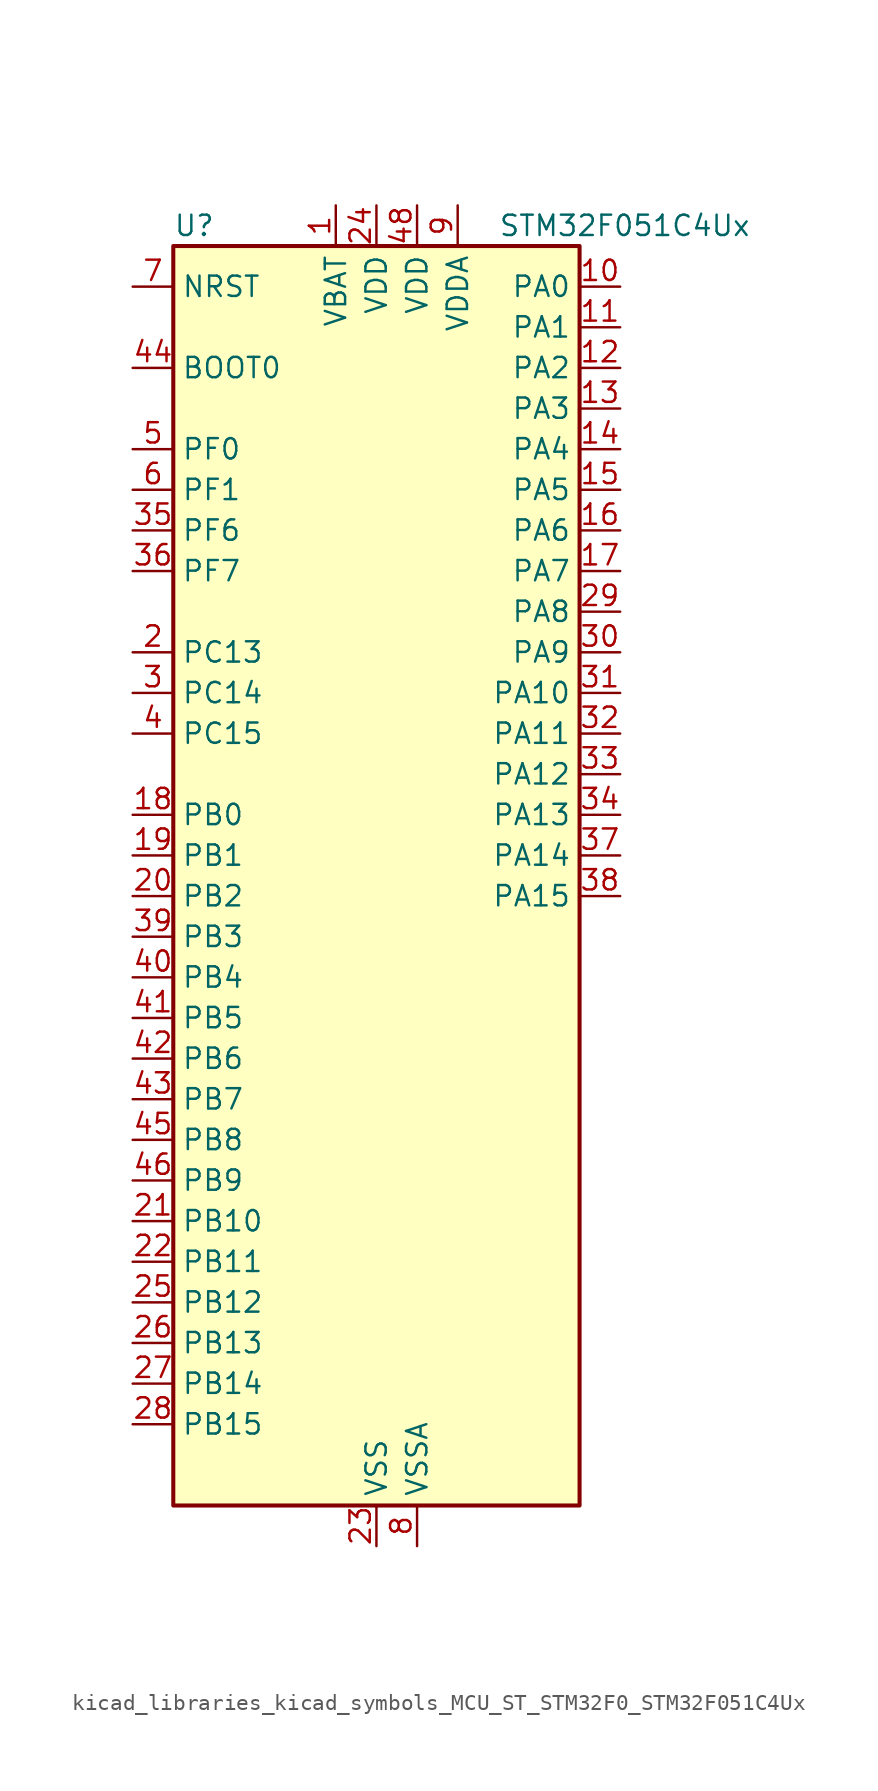
<source format=kicad_sym>
(kicad_symbol_lib
  (version 20220914)
  (generator kicad_symbol_editor)
  (symbol "kicad_libraries_kicad_symbols_MCU_ST_STM32F0_STM32F051C4Ux"
    (property "Reference" "U"
      (at -12.7 41.91 0)
      (effects (font (size 1.27 1.27)) (justify left)))
    (property "Value" "STM32F051C4Ux"
      (at 7.62 41.91 0)
      (effects (font (size 1.27 1.27)) (justify left)))
    (property "ki_locked" ""
      (at 0 0 0)
      (effects (font (size 1.27 1.27))))
    (symbol "kicad_libraries_kicad_symbols_MCU_ST_STM32F0_STM32F051C4Ux_0_1"
      (rectangle (start -12.7 -38.1) (end 12.7 40.64) (stroke (width 0.254) (type default)) (fill (type background))))
    (symbol "kicad_libraries_kicad_symbols_MCU_ST_STM32F0_STM32F051C4Ux_1_1"
      (pin power_in line (at -2.54 43.18 270) (length 2.54) (name "VBAT" (effects (font (size 1.27 1.27)))) (number "1" (effects (font (size 1.27 1.27)))))
      (pin bidirectional line (at 15.24 38.1 180) (length 2.54) (name "PA0" (effects (font (size 1.27 1.27)))) (number "10" (effects (font (size 1.27 1.27)))) (alternate "ADC_IN0" bidirectional line) (alternate "COMP1_INM" bidirectional line) (alternate "COMP1_OUT" bidirectional line) (alternate "RTC_TAMP2" bidirectional line) (alternate "SYS_WKUP1" bidirectional line) (alternate "TIM2_CH1" bidirectional line) (alternate "TIM2_ETR" bidirectional line) (alternate "TSC_G1_IO1" bidirectional line))
      (pin bidirectional line (at 15.24 35.56 180) (length 2.54) (name "PA1" (effects (font (size 1.27 1.27)))) (number "11" (effects (font (size 1.27 1.27)))) (alternate "ADC_IN1" bidirectional line) (alternate "COMP1_INP" bidirectional line) (alternate "TIM2_CH2" bidirectional line) (alternate "TSC_G1_IO2" bidirectional line))
      (pin bidirectional line (at 15.24 33.02 180) (length 2.54) (name "PA2" (effects (font (size 1.27 1.27)))) (number "12" (effects (font (size 1.27 1.27)))) (alternate "ADC_IN2" bidirectional line) (alternate "COMP2_INM" bidirectional line) (alternate "COMP2_OUT" bidirectional line) (alternate "TIM15_CH1" bidirectional line) (alternate "TIM2_CH3" bidirectional line) (alternate "TSC_G1_IO3" bidirectional line))
      (pin bidirectional line (at 15.24 30.48 180) (length 2.54) (name "PA3" (effects (font (size 1.27 1.27)))) (number "13" (effects (font (size 1.27 1.27)))) (alternate "ADC_IN3" bidirectional line) (alternate "COMP2_INP" bidirectional line) (alternate "TIM15_CH2" bidirectional line) (alternate "TIM2_CH4" bidirectional line) (alternate "TSC_G1_IO4" bidirectional line))
      (pin bidirectional line (at 15.24 27.94 180) (length 2.54) (name "PA4" (effects (font (size 1.27 1.27)))) (number "14" (effects (font (size 1.27 1.27)))) (alternate "ADC_IN4" bidirectional line) (alternate "COMP1_INM" bidirectional line) (alternate "COMP2_INM" bidirectional line) (alternate "DAC1_OUT1" bidirectional line) (alternate "I2S1_WS" bidirectional line) (alternate "SPI1_NSS" bidirectional line) (alternate "TIM14_CH1" bidirectional line) (alternate "TSC_G2_IO1" bidirectional line))
      (pin bidirectional line (at 15.24 25.4 180) (length 2.54) (name "PA5" (effects (font (size 1.27 1.27)))) (number "15" (effects (font (size 1.27 1.27)))) (alternate "ADC_IN5" bidirectional line) (alternate "CEC" bidirectional line) (alternate "COMP1_INM" bidirectional line) (alternate "COMP2_INM" bidirectional line) (alternate "I2S1_CK" bidirectional line) (alternate "SPI1_SCK" bidirectional line) (alternate "TIM2_CH1" bidirectional line) (alternate "TIM2_ETR" bidirectional line) (alternate "TSC_G2_IO2" bidirectional line))
      (pin bidirectional line (at 15.24 22.86 180) (length 2.54) (name "PA6" (effects (font (size 1.27 1.27)))) (number "16" (effects (font (size 1.27 1.27)))) (alternate "ADC_IN6" bidirectional line) (alternate "COMP1_OUT" bidirectional line) (alternate "I2S1_MCK" bidirectional line) (alternate "SPI1_MISO" bidirectional line) (alternate "TIM16_CH1" bidirectional line) (alternate "TIM1_BKIN" bidirectional line) (alternate "TIM3_CH1" bidirectional line) (alternate "TSC_G2_IO3" bidirectional line))
      (pin bidirectional line (at 15.24 20.32 180) (length 2.54) (name "PA7" (effects (font (size 1.27 1.27)))) (number "17" (effects (font (size 1.27 1.27)))) (alternate "ADC_IN7" bidirectional line) (alternate "COMP2_OUT" bidirectional line) (alternate "I2S1_SD" bidirectional line) (alternate "SPI1_MOSI" bidirectional line) (alternate "TIM14_CH1" bidirectional line) (alternate "TIM17_CH1" bidirectional line) (alternate "TIM1_CH1N" bidirectional line) (alternate "TIM3_CH2" bidirectional line) (alternate "TSC_G2_IO4" bidirectional line))
      (pin bidirectional line (at -15.24 5.08 0) (length 2.54) (name "PB0" (effects (font (size 1.27 1.27)))) (number "18" (effects (font (size 1.27 1.27)))) (alternate "ADC_IN8" bidirectional line) (alternate "TIM1_CH2N" bidirectional line) (alternate "TIM3_CH3" bidirectional line) (alternate "TSC_G3_IO2" bidirectional line))
      (pin bidirectional line (at -15.24 2.54 0) (length 2.54) (name "PB1" (effects (font (size 1.27 1.27)))) (number "19" (effects (font (size 1.27 1.27)))) (alternate "ADC_IN9" bidirectional line) (alternate "TIM14_CH1" bidirectional line) (alternate "TIM1_CH3N" bidirectional line) (alternate "TIM3_CH4" bidirectional line) (alternate "TSC_G3_IO3" bidirectional line))
      (pin bidirectional line (at -15.24 15.24 0) (length 2.54) (name "PC13" (effects (font (size 1.27 1.27)))) (number "2" (effects (font (size 1.27 1.27)))) (alternate "RTC_OUT_ALARM" bidirectional line) (alternate "RTC_OUT_CALIB" bidirectional line) (alternate "RTC_TAMP1" bidirectional line) (alternate "RTC_TS" bidirectional line) (alternate "SYS_WKUP2" bidirectional line))
      (pin bidirectional line (at -15.24 0 0) (length 2.54) (name "PB2" (effects (font (size 1.27 1.27)))) (number "20" (effects (font (size 1.27 1.27)))) (alternate "TSC_G3_IO4" bidirectional line))
      (pin bidirectional line (at -15.24 -20.32 0) (length 2.54) (name "PB10" (effects (font (size 1.27 1.27)))) (number "21" (effects (font (size 1.27 1.27)))) (alternate "CEC" bidirectional line) (alternate "TIM2_CH3" bidirectional line) (alternate "TSC_SYNC" bidirectional line))
      (pin bidirectional line (at -15.24 -22.86 0) (length 2.54) (name "PB11" (effects (font (size 1.27 1.27)))) (number "22" (effects (font (size 1.27 1.27)))) (alternate "TIM2_CH4" bidirectional line) (alternate "TSC_G6_IO1" bidirectional line))
      (pin power_in line (at 0 -40.64 90) (length 2.54) (name "VSS" (effects (font (size 1.27 1.27)))) (number "23" (effects (font (size 1.27 1.27)))))
      (pin power_in line (at 0 43.18 270) (length 2.54) (name "VDD" (effects (font (size 1.27 1.27)))) (number "24" (effects (font (size 1.27 1.27)))))
      (pin bidirectional line (at -15.24 -25.4 0) (length 2.54) (name "PB12" (effects (font (size 1.27 1.27)))) (number "25" (effects (font (size 1.27 1.27)))) (alternate "TIM1_BKIN" bidirectional line) (alternate "TSC_G6_IO2" bidirectional line))
      (pin bidirectional line (at -15.24 -27.94 0) (length 2.54) (name "PB13" (effects (font (size 1.27 1.27)))) (number "26" (effects (font (size 1.27 1.27)))) (alternate "TIM1_CH1N" bidirectional line) (alternate "TSC_G6_IO3" bidirectional line))
      (pin bidirectional line (at -15.24 -30.48 0) (length 2.54) (name "PB14" (effects (font (size 1.27 1.27)))) (number "27" (effects (font (size 1.27 1.27)))) (alternate "TIM15_CH1" bidirectional line) (alternate "TIM1_CH2N" bidirectional line) (alternate "TSC_G6_IO4" bidirectional line))
      (pin bidirectional line (at -15.24 -33.02 0) (length 2.54) (name "PB15" (effects (font (size 1.27 1.27)))) (number "28" (effects (font (size 1.27 1.27)))) (alternate "RTC_REFIN" bidirectional line) (alternate "TIM15_CH1N" bidirectional line) (alternate "TIM15_CH2" bidirectional line) (alternate "TIM1_CH3N" bidirectional line))
      (pin bidirectional line (at 15.24 17.78 180) (length 2.54) (name "PA8" (effects (font (size 1.27 1.27)))) (number "29" (effects (font (size 1.27 1.27)))) (alternate "RCC_MCO" bidirectional line) (alternate "TIM1_CH1" bidirectional line) (alternate "USART1_CK" bidirectional line))
      (pin bidirectional line (at -15.24 12.7 0) (length 2.54) (name "PC14" (effects (font (size 1.27 1.27)))) (number "3" (effects (font (size 1.27 1.27)))) (alternate "RCC_OSC32_IN" bidirectional line))
      (pin bidirectional line (at 15.24 15.24 180) (length 2.54) (name "PA9" (effects (font (size 1.27 1.27)))) (number "30" (effects (font (size 1.27 1.27)))) (alternate "DAC1_EXTI9" bidirectional line) (alternate "TIM15_BKIN" bidirectional line) (alternate "TIM1_CH2" bidirectional line) (alternate "TSC_G4_IO1" bidirectional line) (alternate "USART1_TX" bidirectional line))
      (pin bidirectional line (at 15.24 12.7 180) (length 2.54) (name "PA10" (effects (font (size 1.27 1.27)))) (number "31" (effects (font (size 1.27 1.27)))) (alternate "TIM17_BKIN" bidirectional line) (alternate "TIM1_CH3" bidirectional line) (alternate "TSC_G4_IO2" bidirectional line) (alternate "USART1_RX" bidirectional line))
      (pin bidirectional line (at 15.24 10.16 180) (length 2.54) (name "PA11" (effects (font (size 1.27 1.27)))) (number "32" (effects (font (size 1.27 1.27)))) (alternate "COMP1_OUT" bidirectional line) (alternate "TIM1_CH4" bidirectional line) (alternate "TSC_G4_IO3" bidirectional line) (alternate "USART1_CTS" bidirectional line))
      (pin bidirectional line (at 15.24 7.62 180) (length 2.54) (name "PA12" (effects (font (size 1.27 1.27)))) (number "33" (effects (font (size 1.27 1.27)))) (alternate "COMP2_OUT" bidirectional line) (alternate "TIM1_ETR" bidirectional line) (alternate "TSC_G4_IO4" bidirectional line) (alternate "USART1_DE" bidirectional line) (alternate "USART1_RTS" bidirectional line))
      (pin bidirectional line (at 15.24 5.08 180) (length 2.54) (name "PA13" (effects (font (size 1.27 1.27)))) (number "34" (effects (font (size 1.27 1.27)))) (alternate "IR_OUT" bidirectional line) (alternate "SYS_SWDIO" bidirectional line))
      (pin bidirectional line (at -15.24 22.86 0) (length 2.54) (name "PF6" (effects (font (size 1.27 1.27)))) (number "35" (effects (font (size 1.27 1.27)))))
      (pin bidirectional line (at -15.24 20.32 0) (length 2.54) (name "PF7" (effects (font (size 1.27 1.27)))) (number "36" (effects (font (size 1.27 1.27)))))
      (pin bidirectional line (at 15.24 2.54 180) (length 2.54) (name "PA14" (effects (font (size 1.27 1.27)))) (number "37" (effects (font (size 1.27 1.27)))) (alternate "SYS_SWCLK" bidirectional line))
      (pin bidirectional line (at 15.24 0 180) (length 2.54) (name "PA15" (effects (font (size 1.27 1.27)))) (number "38" (effects (font (size 1.27 1.27)))) (alternate "I2S1_WS" bidirectional line) (alternate "SPI1_NSS" bidirectional line) (alternate "TIM2_CH1" bidirectional line) (alternate "TIM2_ETR" bidirectional line))
      (pin bidirectional line (at -15.24 -2.54 0) (length 2.54) (name "PB3" (effects (font (size 1.27 1.27)))) (number "39" (effects (font (size 1.27 1.27)))) (alternate "I2S1_CK" bidirectional line) (alternate "SPI1_SCK" bidirectional line) (alternate "TIM2_CH2" bidirectional line) (alternate "TSC_G5_IO1" bidirectional line))
      (pin bidirectional line (at -15.24 10.16 0) (length 2.54) (name "PC15" (effects (font (size 1.27 1.27)))) (number "4" (effects (font (size 1.27 1.27)))) (alternate "RCC_OSC32_OUT" bidirectional line))
      (pin bidirectional line (at -15.24 -5.08 0) (length 2.54) (name "PB4" (effects (font (size 1.27 1.27)))) (number "40" (effects (font (size 1.27 1.27)))) (alternate "I2S1_MCK" bidirectional line) (alternate "SPI1_MISO" bidirectional line) (alternate "TIM3_CH1" bidirectional line) (alternate "TSC_G5_IO2" bidirectional line))
      (pin bidirectional line (at -15.24 -7.62 0) (length 2.54) (name "PB5" (effects (font (size 1.27 1.27)))) (number "41" (effects (font (size 1.27 1.27)))) (alternate "I2C1_SMBA" bidirectional line) (alternate "I2S1_SD" bidirectional line) (alternate "SPI1_MOSI" bidirectional line) (alternate "TIM16_BKIN" bidirectional line) (alternate "TIM3_CH2" bidirectional line))
      (pin bidirectional line (at -15.24 -10.16 0) (length 2.54) (name "PB6" (effects (font (size 1.27 1.27)))) (number "42" (effects (font (size 1.27 1.27)))) (alternate "I2C1_SCL" bidirectional line) (alternate "TIM16_CH1N" bidirectional line) (alternate "TSC_G5_IO3" bidirectional line) (alternate "USART1_TX" bidirectional line))
      (pin bidirectional line (at -15.24 -12.7 0) (length 2.54) (name "PB7" (effects (font (size 1.27 1.27)))) (number "43" (effects (font (size 1.27 1.27)))) (alternate "I2C1_SDA" bidirectional line) (alternate "TIM17_CH1N" bidirectional line) (alternate "TSC_G5_IO4" bidirectional line) (alternate "USART1_RX" bidirectional line))
      (pin input line (at -15.24 33.02 0) (length 2.54) (name "BOOT0" (effects (font (size 1.27 1.27)))) (number "44" (effects (font (size 1.27 1.27)))))
      (pin bidirectional line (at -15.24 -15.24 0) (length 2.54) (name "PB8" (effects (font (size 1.27 1.27)))) (number "45" (effects (font (size 1.27 1.27)))) (alternate "CEC" bidirectional line) (alternate "I2C1_SCL" bidirectional line) (alternate "TIM16_CH1" bidirectional line) (alternate "TSC_SYNC" bidirectional line))
      (pin bidirectional line (at -15.24 -17.78 0) (length 2.54) (name "PB9" (effects (font (size 1.27 1.27)))) (number "46" (effects (font (size 1.27 1.27)))) (alternate "DAC1_EXTI9" bidirectional line) (alternate "I2C1_SDA" bidirectional line) (alternate "IR_OUT" bidirectional line) (alternate "TIM17_CH1" bidirectional line))
      (pin passive line (at 0 -40.64 90) (length 2.54) hide (name "VSS" (effects (font (size 1.27 1.27)))) (number "47" (effects (font (size 1.27 1.27)))))
      (pin power_in line (at 2.54 43.18 270) (length 2.54) (name "VDD" (effects (font (size 1.27 1.27)))) (number "48" (effects (font (size 1.27 1.27)))))
      (pin passive line (at 0 -40.64 90) (length 2.54) hide (name "VSS" (effects (font (size 1.27 1.27)))) (number "49" (effects (font (size 1.27 1.27)))))
      (pin bidirectional line (at -15.24 27.94 0) (length 2.54) (name "PF0" (effects (font (size 1.27 1.27)))) (number "5" (effects (font (size 1.27 1.27)))) (alternate "RCC_OSC_IN" bidirectional line))
      (pin bidirectional line (at -15.24 25.4 0) (length 2.54) (name "PF1" (effects (font (size 1.27 1.27)))) (number "6" (effects (font (size 1.27 1.27)))) (alternate "RCC_OSC_OUT" bidirectional line))
      (pin input line (at -15.24 38.1 0) (length 2.54) (name "NRST" (effects (font (size 1.27 1.27)))) (number "7" (effects (font (size 1.27 1.27)))))
      (pin power_in line (at 2.54 -40.64 90) (length 2.54) (name "VSSA" (effects (font (size 1.27 1.27)))) (number "8" (effects (font (size 1.27 1.27)))))
      (pin power_in line (at 5.08 43.18 270) (length 2.54) (name "VDDA" (effects (font (size 1.27 1.27)))) (number "9" (effects (font (size 1.27 1.27))))))))
</source>
